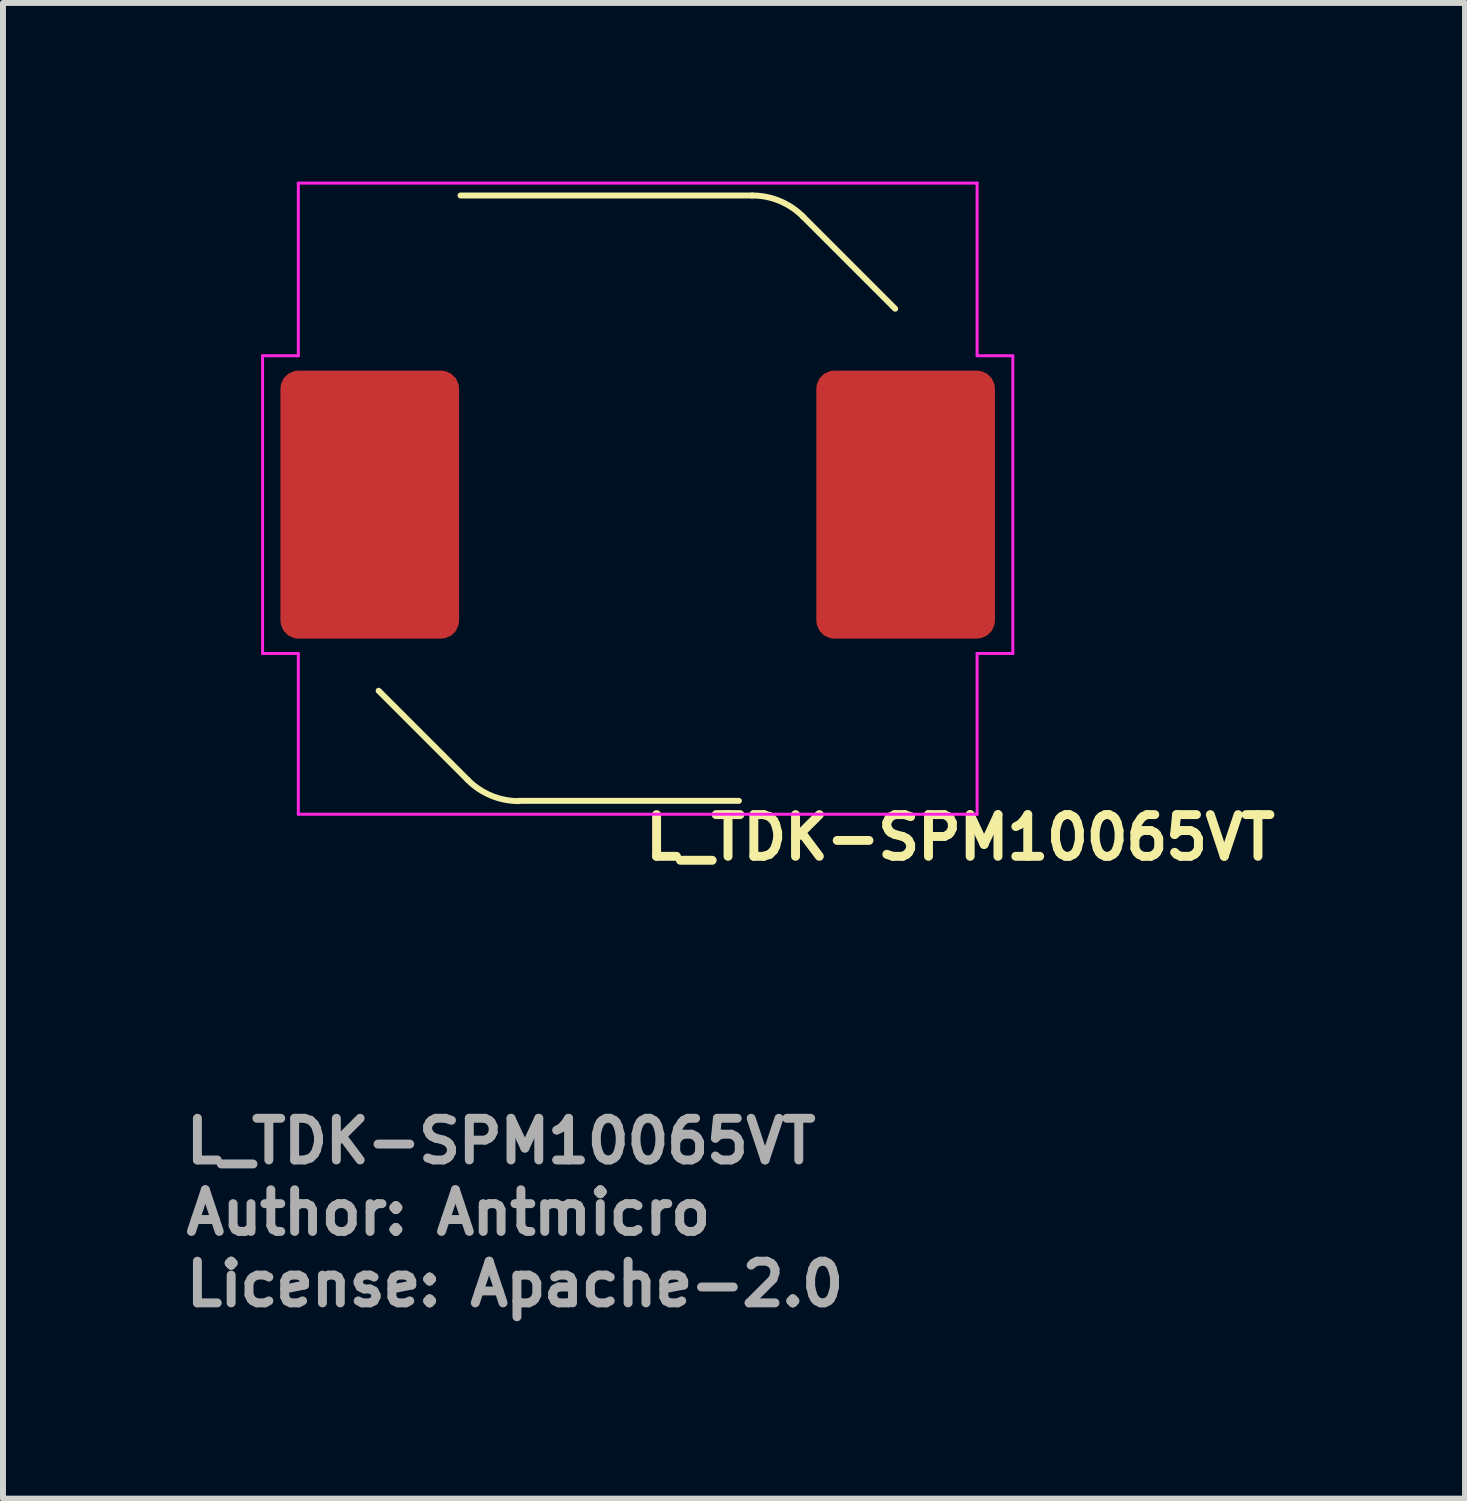
<source format=kicad_pcb>
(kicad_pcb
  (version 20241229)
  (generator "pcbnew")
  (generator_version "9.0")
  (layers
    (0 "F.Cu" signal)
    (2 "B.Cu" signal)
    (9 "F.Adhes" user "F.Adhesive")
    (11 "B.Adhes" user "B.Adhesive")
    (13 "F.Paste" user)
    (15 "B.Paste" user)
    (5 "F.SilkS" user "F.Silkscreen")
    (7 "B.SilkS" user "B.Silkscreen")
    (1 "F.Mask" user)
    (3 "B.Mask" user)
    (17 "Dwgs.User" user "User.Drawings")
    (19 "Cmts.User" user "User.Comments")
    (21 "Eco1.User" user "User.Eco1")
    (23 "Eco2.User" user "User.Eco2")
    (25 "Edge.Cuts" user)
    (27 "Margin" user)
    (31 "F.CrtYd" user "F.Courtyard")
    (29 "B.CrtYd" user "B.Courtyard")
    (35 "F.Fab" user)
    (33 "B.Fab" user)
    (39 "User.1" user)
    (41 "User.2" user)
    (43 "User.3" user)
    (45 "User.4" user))
  (footprint "L_TDK-SPM10065VT"
    (layer "F.Cu")
    (at 7.66 5.425)
    (property "Reference" "L_TDK-SPM10065VT" (at 0.052 6 0) (unlocked yes) (layer "F.SilkS") (effects (font (size 0.7 0.7) (thickness 0.15)) (justify left bottom)))
    (attr smd)
    (fp_line (start -4.351 3.126) (end -2.851 4.626) (stroke (width 0.1) (type default)) (layer "F.SilkS"))
    (fp_line (start -2.976 -5.192) (end 1.924 -5.192) (stroke (width 0.1) (type default)) (layer "F.SilkS"))
    (fp_line (start -2 4.975) (end 1.7 4.975) (stroke (width 0.1) (type default)) (layer "F.SilkS"))
    (fp_line (start 2.775 -4.839) (end 4.324 -3.29) (stroke (width 0.1) (type default)) (layer "F.SilkS"))
    (fp_arc (start -2 4.979159) (mid -2.460812 4.887498) (end -2.851469 4.626469) (stroke (width 0.1) (type default)) (layer "F.SilkS"))
    (fp_arc (start 1.923531 -5.191659) (mid 2.384345 -5.1) (end 2.775 -4.838969) (stroke (width 0.1) (type default)) (layer "F.SilkS"))
    (fp_line (start -6.3 -2.5) (end -5.7 -2.5) (stroke (width 0.05) (type default)) (layer "F.CrtYd"))
    (fp_line (start -6.3 2.5) (end -6.3 -2.5) (stroke (width 0.05) (type default)) (layer "F.CrtYd"))
    (fp_line (start -5.7 -5.4) (end 5.7 -5.4) (stroke (width 0.05) (type default)) (layer "F.CrtYd"))
    (fp_line (start -5.7 -2.5) (end -5.7 -5.4) (stroke (width 0.05) (type default)) (layer "F.CrtYd"))
    (fp_line (start -5.7 2.5) (end -6.3 2.5) (stroke (width 0.05) (type default)) (layer "F.CrtYd"))
    (fp_line (start -5.7 5.2) (end -5.7 2.5) (stroke (width 0.05) (type default)) (layer "F.CrtYd"))
    (fp_line (start 5.7 -5.4) (end 5.7 -2.5) (stroke (width 0.05) (type default)) (layer "F.CrtYd"))
    (fp_line (start 5.7 -2.5) (end 6.3 -2.5) (stroke (width 0.05) (type default)) (layer "F.CrtYd"))
    (fp_line (start 5.7 2.5) (end 5.7 5.2) (stroke (width 0.05) (type default)) (layer "F.CrtYd"))
    (fp_line (start 5.7 5.2) (end -5.7 5.2) (stroke (width 0.05) (type default)) (layer "F.CrtYd"))
    (fp_line (start 6.3 -2.5) (end 6.3 2.5) (stroke (width 0.05) (type default)) (layer "F.CrtYd"))
    (fp_line (start 6.3 2.5) (end 5.7 2.5) (stroke (width 0.05) (type default)) (layer "F.CrtYd"))
    (fp_rect (start -5.275 -5.1) (end 5.225 4.9) (stroke (width 0.1) (type solid)) (fill no) (layer "User.5"))
    (fp_line (start -5.275 -2.2) (end -5.274 -2.2) (stroke (width 0.02) (type solid)) (layer "User.9"))
    (fp_line (start -5.275 2) (end -5.275 -2.2) (stroke (width 0.02) (type solid)) (layer "User.9"))
    (fp_line (start -5.275 2) (end -5.274 2) (stroke (width 0.02) (type solid)) (layer "User.9"))
    (fp_line (start -5.274 -2.2) (end -5.27 -2.2) (stroke (width 0.02) (type solid)) (layer "User.9"))
    (fp_line (start -5.274 2) (end -5.27 2) (stroke (width 0.02) (type solid)) (layer "User.9"))
    (fp_line (start -5.27 -2.2) (end -5.264 -2.2) (stroke (width 0.02) (type solid)) (layer "User.9"))
    (fp_line (start -5.27 2) (end -5.264 2) (stroke (width 0.02) (type solid)) (layer "User.9"))
    (fp_line (start -5.264 -2.2) (end -5.255 -2.2) (stroke (width 0.02) (type solid)) (layer "User.9"))
    (fp_line (start -5.264 2) (end -5.255 2) (stroke (width 0.02) (type solid)) (layer "User.9"))
    (fp_line (start -5.255 -2.2) (end -5.244 -2.2) (stroke (width 0.02) (type solid)) (layer "User.9"))
    (fp_line (start -5.255 2) (end -5.244 2) (stroke (width 0.02) (type solid)) (layer "User.9"))
    (fp_line (start -5.244 -2.2) (end -5.231 -2.2) (stroke (width 0.02) (type solid)) (layer "User.9"))
    (fp_line (start -5.244 2) (end -5.231 2) (stroke (width 0.02) (type solid)) (layer "User.9"))
    (fp_line (start -5.231 -2.2) (end -5.216 -2.2) (stroke (width 0.02) (type solid)) (layer "User.9"))
    (fp_line (start -5.231 2) (end -5.216 2) (stroke (width 0.02) (type solid)) (layer "User.9"))
    (fp_line (start -5.216 -2.2) (end -5.2 -2.2) (stroke (width 0.02) (type solid)) (layer "User.9"))
    (fp_line (start -5.216 2) (end -5.2 2) (stroke (width 0.02) (type solid)) (layer "User.9"))
    (fp_line (start -5.2 -2.2) (end -5.181 -2.2) (stroke (width 0.02) (type solid)) (layer "User.9"))
    (fp_line (start -5.2 2) (end -5.181 2) (stroke (width 0.02) (type solid)) (layer "User.9"))
    (fp_line (start -5.181 -2.2) (end -5.162 -2.2) (stroke (width 0.02) (type solid)) (layer "User.9"))
    (fp_line (start -5.181 2) (end -5.162 2) (stroke (width 0.02) (type solid)) (layer "User.9"))
    (fp_line (start -5.162 -2.2) (end -5.141 -2.2) (stroke (width 0.02) (type solid)) (layer "User.9"))
    (fp_line (start -5.162 2) (end -5.141 2) (stroke (width 0.02) (type solid)) (layer "User.9"))
    (fp_line (start -5.141 -2.2) (end -5.12 -2.2) (stroke (width 0.02) (type solid)) (layer "User.9"))
    (fp_line (start -5.141 2) (end -5.12 2) (stroke (width 0.02) (type solid)) (layer "User.9"))
    (fp_line (start -5.12 -2.2) (end -5.097 -2.2) (stroke (width 0.02) (type solid)) (layer "User.9"))
    (fp_line (start -5.12 2) (end -5.097 2) (stroke (width 0.02) (type solid)) (layer "User.9"))
    (fp_line (start -5.097 -2.2) (end -5.075 -2.2) (stroke (width 0.02) (type solid)) (layer "User.9"))
    (fp_line (start -5.097 2) (end -5.075 2) (stroke (width 0.02) (type solid)) (layer "User.9"))
    (fp_line (start -5.075 -2.2) (end -5.075 2) (stroke (width 0.02) (type solid)) (layer "User.9"))
    (fp_line (start -5.075 2) (end -3.275 2) (stroke (width 0.02) (type solid)) (layer "User.9"))
    (fp_line (start -5.045 -2.2) (end -5.045 -3) (stroke (width 0.02) (type solid)) (layer "User.9"))
    (fp_line (start -5.041 -3.127) (end -5.045 -3) (stroke (width 0.02) (type solid)) (layer "User.9"))
    (fp_line (start -5.03 -3.253) (end -5.041 -3.127) (stroke (width 0.02) (type solid)) (layer "User.9"))
    (fp_line (start -5.011 -3.379) (end -5.03 -3.253) (stroke (width 0.02) (type solid)) (layer "User.9"))
    (fp_line (start -5.006 2) (end -4.98 2.092) (stroke (width 0.02) (type solid)) (layer "User.9"))
    (fp_line (start -4.984 -3.503) (end -5.011 -3.379) (stroke (width 0.02) (type solid)) (layer "User.9"))
    (fp_line (start -4.98 2.092) (end -4.948 2.183) (stroke (width 0.02) (type solid)) (layer "User.9"))
    (fp_line (start -4.95 -3.625) (end -4.984 -3.503) (stroke (width 0.02) (type solid)) (layer "User.9"))
    (fp_line (start -4.948 2.183) (end -4.91 2.27) (stroke (width 0.02) (type solid)) (layer "User.9"))
    (fp_line (start -4.91 2.27) (end -4.866 2.356) (stroke (width 0.02) (type solid)) (layer "User.9"))
    (fp_line (start -4.909 -3.745) (end -4.95 -3.625) (stroke (width 0.02) (type solid)) (layer "User.9"))
    (fp_line (start -4.866 2.356) (end -4.816 2.437) (stroke (width 0.02) (type solid)) (layer "User.9"))
    (fp_line (start -4.86 -3.862) (end -4.909 -3.745) (stroke (width 0.02) (type solid)) (layer "User.9"))
    (fp_line (start -4.816 2.437) (end -4.761 2.516) (stroke (width 0.02) (type solid)) (layer "User.9"))
    (fp_line (start -4.805 -3.976) (end -4.86 -3.862) (stroke (width 0.02) (type solid)) (layer "User.9"))
    (fp_line (start -4.761 2.516) (end -4.7 2.59) (stroke (width 0.02) (type solid)) (layer "User.9"))
    (fp_line (start -4.742 -4.086) (end -4.805 -3.976) (stroke (width 0.02) (type solid)) (layer "User.9"))
    (fp_line (start -4.7 2.59) (end -4.635 2.66) (stroke (width 0.02) (type solid)) (layer "User.9"))
    (fp_line (start -4.673 -4.193) (end -4.742 -4.086) (stroke (width 0.02) (type solid)) (layer "User.9"))
    (fp_line (start -4.635 2.66) (end -2.805 4.49) (stroke (width 0.02) (type solid)) (layer "User.9"))
    (fp_line (start -4.598 -4.295) (end -4.673 -4.193) (stroke (width 0.02) (type solid)) (layer "User.9"))
    (fp_line (start -4.517 -4.393) (end -4.598 -4.295) (stroke (width 0.02) (type solid)) (layer "User.9"))
    (fp_line (start -4.43 -4.485) (end -4.517 -4.393) (stroke (width 0.02) (type solid)) (layer "User.9"))
    (fp_line (start -4.338 -4.572) (end -4.43 -4.485) (stroke (width 0.02) (type solid)) (layer "User.9"))
    (fp_line (start -4.24 -4.653) (end -4.338 -4.572) (stroke (width 0.02) (type solid)) (layer "User.9"))
    (fp_line (start -4.138 -4.728) (end -4.24 -4.653) (stroke (width 0.02) (type solid)) (layer "User.9"))
    (fp_line (start -4.031 -4.797) (end -4.138 -4.728) (stroke (width 0.02) (type solid)) (layer "User.9"))
    (fp_line (start -3.921 -4.859) (end -4.031 -4.797) (stroke (width 0.02) (type solid)) (layer "User.9"))
    (fp_line (start -3.807 -4.915) (end -3.921 -4.859) (stroke (width 0.02) (type solid)) (layer "User.9"))
    (fp_line (start -3.69 -4.964) (end -3.807 -4.915) (stroke (width 0.02) (type solid)) (layer "User.9"))
    (fp_line (start -3.57 -5.005) (end -3.69 -4.964) (stroke (width 0.02) (type solid)) (layer "User.9"))
    (fp_line (start -3.448 -5.039) (end -3.57 -5.005) (stroke (width 0.02) (type solid)) (layer "User.9"))
    (fp_line (start -3.324 -5.066) (end -3.448 -5.039) (stroke (width 0.02) (type solid)) (layer "User.9"))
    (fp_line (start -3.275 -2.2) (end -5.075 -2.2) (stroke (width 0.02) (type solid)) (layer "User.9"))
    (fp_line (start -3.275 2) (end -3.275 -2.2) (stroke (width 0.02) (type solid)) (layer "User.9"))
    (fp_line (start -3.198 -5.085) (end -3.324 -5.066) (stroke (width 0.02) (type solid)) (layer "User.9"))
    (fp_line (start -3.072 -5.096) (end -3.198 -5.085) (stroke (width 0.02) (type solid)) (layer "User.9"))
    (fp_line (start -2.945 -5.1) (end -3.072 -5.096) (stroke (width 0.02) (type solid)) (layer "User.9"))
    (fp_line (start -2.945 -5.1) (end 1.765 -5.1) (stroke (width 0.02) (type solid)) (layer "User.9"))
    (fp_line (start -2.805 4.49) (end -2.732 4.558) (stroke (width 0.02) (type solid)) (layer "User.9"))
    (fp_line (start -2.732 4.558) (end -2.654 4.621) (stroke (width 0.02) (type solid)) (layer "User.9"))
    (fp_line (start -2.654 4.621) (end -2.572 4.678) (stroke (width 0.02) (type solid)) (layer "User.9"))
    (fp_line (start -2.572 4.678) (end -2.486 4.729) (stroke (width 0.02) (type solid)) (layer "User.9"))
    (fp_line (start -2.486 4.729) (end -2.397 4.773) (stroke (width 0.02) (type solid)) (layer "User.9"))
    (fp_line (start -2.397 4.773) (end -2.304 4.812) (stroke (width 0.02) (type solid)) (layer "User.9"))
    (fp_line (start -2.304 4.812) (end -2.21 4.843) (stroke (width 0.02) (type solid)) (layer "User.9"))
    (fp_line (start -2.21 4.843) (end -2.113 4.868) (stroke (width 0.02) (type solid)) (layer "User.9"))
    (fp_line (start -2.113 4.868) (end -2.014 4.886) (stroke (width 0.02) (type solid)) (layer "User.9"))
    (fp_line (start -2.014 4.886) (end -1.915 4.896) (stroke (width 0.02) (type solid)) (layer "User.9"))
    (fp_line (start -1.915 4.896) (end -1.815 4.9) (stroke (width 0.02) (type solid)) (layer "User.9"))
    (fp_line (start 1.765 4.9) (end -1.815 4.9) (stroke (width 0.02) (type solid)) (layer "User.9"))
    (fp_line (start 1.765 4.9) (end 1.865 4.896) (stroke (width 0.02) (type solid)) (layer "User.9"))
    (fp_line (start 1.865 -5.096) (end 1.765 -5.1) (stroke (width 0.02) (type solid)) (layer "User.9"))
    (fp_line (start 1.865 4.896) (end 1.964 4.886) (stroke (width 0.02) (type solid)) (layer "User.9"))
    (fp_line (start 1.964 -5.086) (end 1.865 -5.096) (stroke (width 0.02) (type solid)) (layer "User.9"))
    (fp_line (start 1.964 4.886) (end 2.063 4.868) (stroke (width 0.02) (type solid)) (layer "User.9"))
    (fp_line (start 2.063 -5.068) (end 1.964 -5.086) (stroke (width 0.02) (type solid)) (layer "User.9"))
    (fp_line (start 2.063 4.868) (end 2.159 4.843) (stroke (width 0.02) (type solid)) (layer "User.9"))
    (fp_line (start 2.159 -5.043) (end 2.063 -5.068) (stroke (width 0.02) (type solid)) (layer "User.9"))
    (fp_line (start 2.159 4.843) (end 2.254 4.812) (stroke (width 0.02) (type solid)) (layer "User.9"))
    (fp_line (start 2.254 -5.012) (end 2.159 -5.043) (stroke (width 0.02) (type solid)) (layer "User.9"))
    (fp_line (start 2.254 4.812) (end 2.347 4.773) (stroke (width 0.02) (type solid)) (layer "User.9"))
    (fp_line (start 2.347 -4.973) (end 2.254 -5.012) (stroke (width 0.02) (type solid)) (layer "User.9"))
    (fp_line (start 2.347 4.773) (end 2.436 4.729) (stroke (width 0.02) (type solid)) (layer "User.9"))
    (fp_line (start 2.436 -4.929) (end 2.347 -4.973) (stroke (width 0.02) (type solid)) (layer "User.9"))
    (fp_line (start 2.436 4.729) (end 2.522 4.678) (stroke (width 0.02) (type solid)) (layer "User.9"))
    (fp_line (start 2.522 -4.878) (end 2.436 -4.929) (stroke (width 0.02) (type solid)) (layer "User.9"))
    (fp_line (start 2.522 4.678) (end 2.604 4.621) (stroke (width 0.02) (type solid)) (layer "User.9"))
    (fp_line (start 2.604 -4.821) (end 2.522 -4.878) (stroke (width 0.02) (type solid)) (layer "User.9"))
    (fp_line (start 2.604 4.621) (end 2.682 4.558) (stroke (width 0.02) (type solid)) (layer "User.9"))
    (fp_line (start 2.682 -4.758) (end 2.604 -4.821) (stroke (width 0.02) (type solid)) (layer "User.9"))
    (fp_line (start 2.682 4.558) (end 2.755 4.49) (stroke (width 0.02) (type solid)) (layer "User.9"))
    (fp_line (start 2.755 -4.69) (end 2.682 -4.758) (stroke (width 0.02) (type solid)) (layer "User.9"))
    (fp_line (start 2.755 4.49) (end 4.585 2.66) (stroke (width 0.02) (type solid)) (layer "User.9"))
    (fp_line (start 3.225 -2.2) (end 3.225 2) (stroke (width 0.02) (type solid)) (layer "User.9"))
    (fp_line (start 3.225 2) (end 5.025 2) (stroke (width 0.02) (type solid)) (layer "User.9"))
    (fp_line (start 4.585 -2.86) (end 2.755 -4.69) (stroke (width 0.02) (type solid)) (layer "User.9"))
    (fp_line (start 4.585 2.66) (end 4.65 2.59) (stroke (width 0.02) (type solid)) (layer "User.9"))
    (fp_line (start 4.65 -2.79) (end 4.585 -2.86) (stroke (width 0.02) (type solid)) (layer "User.9"))
    (fp_line (start 4.65 2.59) (end 4.711 2.516) (stroke (width 0.02) (type solid)) (layer "User.9"))
    (fp_line (start 4.711 -2.716) (end 4.65 -2.79) (stroke (width 0.02) (type solid)) (layer "User.9"))
    (fp_line (start 4.711 2.516) (end 4.766 2.437) (stroke (width 0.02) (type solid)) (layer "User.9"))
    (fp_line (start 4.766 -2.637) (end 4.711 -2.716) (stroke (width 0.02) (type solid)) (layer "User.9"))
    (fp_line (start 4.766 2.437) (end 4.816 2.356) (stroke (width 0.02) (type solid)) (layer "User.9"))
    (fp_line (start 4.816 -2.556) (end 4.766 -2.637) (stroke (width 0.02) (type solid)) (layer "User.9"))
    (fp_line (start 4.816 2.356) (end 4.86 2.27) (stroke (width 0.02) (type solid)) (layer "User.9"))
    (fp_line (start 4.86 -2.47) (end 4.816 -2.556) (stroke (width 0.02) (type solid)) (layer "User.9"))
    (fp_line (start 4.86 2.27) (end 4.898 2.183) (stroke (width 0.02) (type solid)) (layer "User.9"))
    (fp_line (start 4.898 -2.383) (end 4.86 -2.47) (stroke (width 0.02) (type solid)) (layer "User.9"))
    (fp_line (start 4.898 2.183) (end 4.93 2.092) (stroke (width 0.02) (type solid)) (layer "User.9"))
    (fp_line (start 4.93 -2.292) (end 4.898 -2.383) (stroke (width 0.02) (type solid)) (layer "User.9"))
    (fp_line (start 4.93 2.092) (end 4.956 2) (stroke (width 0.02) (type solid)) (layer "User.9"))
    (fp_line (start 4.956 -2.2) (end 4.93 -2.292) (stroke (width 0.02) (type solid)) (layer "User.9"))
    (fp_line (start 5.025 -2.2) (end 3.225 -2.2) (stroke (width 0.02) (type solid)) (layer "User.9"))
    (fp_line (start 5.025 2) (end 5.025 -2.2) (stroke (width 0.02) (type solid)) (layer "User.9"))
    (fp_line (start 5.047 -2.2) (end 5.025 -2.2) (stroke (width 0.02) (type solid)) (layer "User.9"))
    (fp_line (start 5.047 2) (end 5.025 2) (stroke (width 0.02) (type solid)) (layer "User.9"))
    (fp_line (start 5.069 -2.2) (end 5.047 -2.2) (stroke (width 0.02) (type solid)) (layer "User.9"))
    (fp_line (start 5.069 2) (end 5.047 2) (stroke (width 0.02) (type solid)) (layer "User.9"))
    (fp_line (start 5.091 -2.2) (end 5.069 -2.2) (stroke (width 0.02) (type solid)) (layer "User.9"))
    (fp_line (start 5.091 2) (end 5.069 2) (stroke (width 0.02) (type solid)) (layer "User.9"))
    (fp_line (start 5.112 -2.2) (end 5.091 -2.2) (stroke (width 0.02) (type solid)) (layer "User.9"))
    (fp_line (start 5.112 2) (end 5.091 2) (stroke (width 0.02) (type solid)) (layer "User.9"))
    (fp_line (start 5.131 -2.2) (end 5.112 -2.2) (stroke (width 0.02) (type solid)) (layer "User.9"))
    (fp_line (start 5.131 2) (end 5.112 2) (stroke (width 0.02) (type solid)) (layer "User.9"))
    (fp_line (start 5.15 -2.2) (end 5.131 -2.2) (stroke (width 0.02) (type solid)) (layer "User.9"))
    (fp_line (start 5.15 2) (end 5.131 2) (stroke (width 0.02) (type solid)) (layer "User.9"))
    (fp_line (start 5.166 -2.2) (end 5.15 -2.2) (stroke (width 0.02) (type solid)) (layer "User.9"))
    (fp_line (start 5.166 2) (end 5.15 2) (stroke (width 0.02) (type solid)) (layer "User.9"))
    (fp_line (start 5.181 -2.2) (end 5.166 -2.2) (stroke (width 0.02) (type solid)) (layer "User.9"))
    (fp_line (start 5.181 2) (end 5.166 2) (stroke (width 0.02) (type solid)) (layer "User.9"))
    (fp_line (start 5.194 -2.2) (end 5.181 -2.2) (stroke (width 0.02) (type solid)) (layer "User.9"))
    (fp_line (start 5.194 2) (end 5.181 2) (stroke (width 0.02) (type solid)) (layer "User.9"))
    (fp_line (start 5.205 -2.2) (end 5.194 -2.2) (stroke (width 0.02) (type solid)) (layer "User.9"))
    (fp_line (start 5.205 2) (end 5.194 2) (stroke (width 0.02) (type solid)) (layer "User.9"))
    (fp_line (start 5.214 -2.2) (end 5.205 -2.2) (stroke (width 0.02) (type solid)) (layer "User.9"))
    (fp_line (start 5.214 2) (end 5.205 2) (stroke (width 0.02) (type solid)) (layer "User.9"))
    (fp_line (start 5.22 -2.2) (end 5.214 -2.2) (stroke (width 0.02) (type solid)) (layer "User.9"))
    (fp_line (start 5.22 2) (end 5.214 2) (stroke (width 0.02) (type solid)) (layer "User.9"))
    (fp_line (start 5.224 -2.2) (end 5.22 -2.2) (stroke (width 0.02) (type solid)) (layer "User.9"))
    (fp_line (start 5.224 2) (end 5.22 2) (stroke (width 0.02) (type solid)) (layer "User.9"))
    (fp_line (start 5.225 -2.2) (end 5.224 -2.2) (stroke (width 0.02) (type solid)) (layer "User.9"))
    (fp_line (start 5.225 -2.2) (end 5.225 2) (stroke (width 0.02) (type solid)) (layer "User.9"))
    (fp_line (start 5.225 2) (end 5.224 2) (stroke (width 0.02) (type solid)) (layer "User.9"))
    (fp_text user "License: Apache-2.0" (at -7.66 13.5 0) (layer "F.Fab") (effects (font (size 0.7 0.7) (thickness 0.15)) (justify left bottom)))
    (fp_text user "Author: Antmicro" (at -7.66 12.3 0) (layer "F.Fab") (effects (font (size 0.7 0.7) (thickness 0.15)) (justify left bottom)))
    (fp_text user "${REFERENCE}" (at -7.66 11.1 0) (unlocked yes) (layer "F.Fab") (effects (font (size 0.7 0.7) (thickness 0.15)) (justify left bottom)))
    (pad "1" smd roundrect (at -4.5 0 90) (size 4.5 3) (layers "F.Cu" "F.Mask" "F.Paste") (roundrect_rratio 0.1))
    (pad "2" smd roundrect (at 4.5 0 90) (size 4.5 3) (layers "F.Cu" "F.Mask" "F.Paste") (roundrect_rratio 0.1)))
  (gr_rect
    (start -3 -3)
    (end 21.555 22.12)
    (stroke (width 0.1) (type default))
    (fill no)
    (layer "Edge.Cuts")))
</source>
